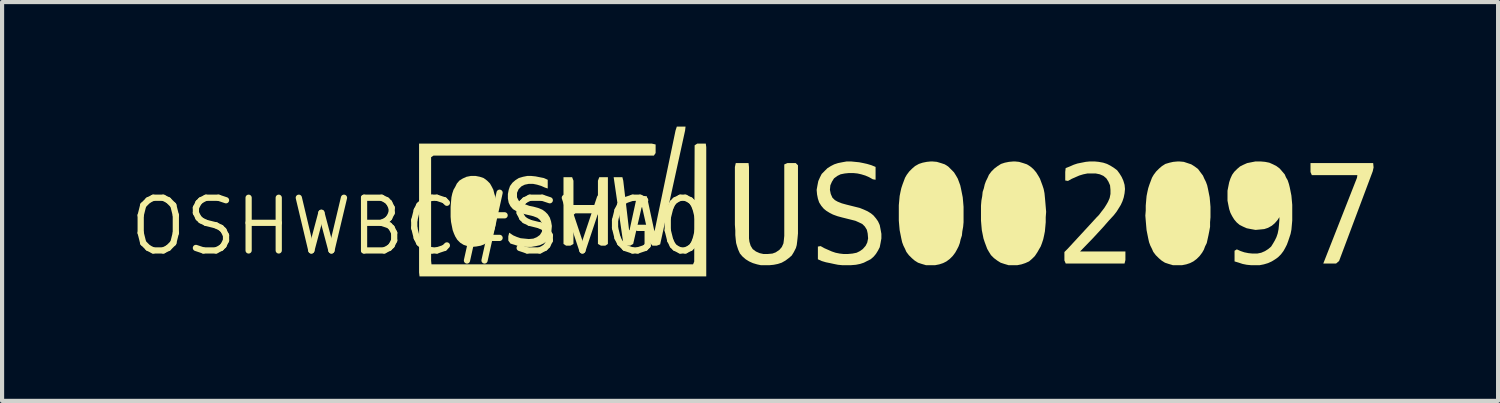
<source format=kicad_pcb>
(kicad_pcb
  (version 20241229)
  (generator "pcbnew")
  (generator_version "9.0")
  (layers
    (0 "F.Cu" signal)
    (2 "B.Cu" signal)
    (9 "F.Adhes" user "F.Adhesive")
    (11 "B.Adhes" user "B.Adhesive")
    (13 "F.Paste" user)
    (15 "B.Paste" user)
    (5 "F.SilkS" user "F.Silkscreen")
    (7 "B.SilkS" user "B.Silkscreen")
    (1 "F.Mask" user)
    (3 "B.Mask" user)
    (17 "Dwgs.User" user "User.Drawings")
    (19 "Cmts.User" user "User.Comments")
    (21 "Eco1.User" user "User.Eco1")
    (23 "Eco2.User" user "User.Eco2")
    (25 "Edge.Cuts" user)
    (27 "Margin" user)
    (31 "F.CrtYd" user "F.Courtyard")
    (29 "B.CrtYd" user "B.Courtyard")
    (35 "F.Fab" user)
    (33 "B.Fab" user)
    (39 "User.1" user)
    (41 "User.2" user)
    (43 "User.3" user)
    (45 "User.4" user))
  (footprint "OSHWBC#SVG0"
    (layer "F.Cu")
    (at 7.053 2.405)
    (property "Reference" "OSHWBC#SVG0" (at 0 0 0) (layer "F.SilkS") (effects (font (size 1.27 1.27) (thickness 0.15))))
    (fp_poly (pts (xy 22.995 -1.42) (xy 22.975 -1.329) (xy 22.164 0.833) (xy 22.092 0.895) (xy 21.783 0.895) (xy 22.595 -1.171) (xy 22.604 -1.235) (xy 21.507 -1.235) (xy 21.475 -1.309) (xy 21.475 -1.525) (xy 22.985 -1.525)) (stroke (width 0) (type solid)) (fill yes) (layer "F.SilkS"))
    (fp_poly (pts (xy 12.483 -0.484) (xy 12.545 -0.402) (xy 12.555 -0.3) (xy 12.524 -0.197) (xy 12.453 -0.126) (xy 12.35 -0.095) (xy 12.248 -0.115) (xy 12.166 -0.167) (xy 12.125 -0.259) (xy 12.115 -0.32) (xy 12.135 -0.422) (xy 12.207 -0.494) (xy 12.289 -0.535) (xy 12.391 -0.535)) (stroke (width 0) (type solid)) (fill yes) (layer "F.SilkS"))
    (fp_poly (pts (xy 14.463 -0.484) (xy 14.525 -0.402) (xy 14.535 -0.3) (xy 14.504 -0.197) (xy 14.433 -0.126) (xy 14.34 -0.095) (xy 14.238 -0.115) (xy 14.146 -0.166) (xy 14.105 -0.259) (xy 14.095 -0.32) (xy 14.115 -0.422) (xy 14.187 -0.494) (xy 14.279 -0.535) (xy 14.381 -0.535)) (stroke (width 0) (type solid)) (fill yes) (layer "F.SilkS"))
    (fp_poly (pts (xy 18.434 -0.484) (xy 18.485 -0.402) (xy 18.505 -0.3) (xy 18.474 -0.207) (xy 18.393 -0.126) (xy 18.3 -0.095) (xy 18.198 -0.115) (xy 18.116 -0.167) (xy 18.075 -0.259) (xy 18.065 -0.32) (xy 18.085 -0.422) (xy 18.147 -0.494) (xy 18.239 -0.535) (xy 18.341 -0.535)) (stroke (width 0) (type solid)) (fill yes) (layer "F.SilkS"))
    (fp_poly (pts (xy 5.695 -1.974) (xy 5.695 -1.768) (xy 5.653 -1.705) (xy 0.342 -1.705) (xy 0.285 -1.667) (xy 0.285 0.83) (xy 0.294 0.915) (xy 6.597 0.915) (xy 6.625 0.849) (xy 6.635 -1.953) (xy 6.698 -1.995) (xy 6.904 -1.995) (xy 6.915 -1.91) (xy 6.915 1.205) (xy 0.006 1.205) (xy -0.005 1.11) (xy -0.005 -1.995) (xy 5.601 -1.995)) (stroke (width 0) (type solid)) (fill yes) (layer "F.SilkS"))
    (fp_poly (pts (xy 3.715 -1.101) (xy 3.715 -0.515) (xy 4.305 -0.515) (xy 4.305 -1.101) (xy 4.337 -1.185) (xy 4.545 -1.185) (xy 4.545 0.423) (xy 4.482 0.465) (xy 4.379 0.465) (xy 4.305 0.423) (xy 4.305 -0.278) (xy 4.258 -0.315) (xy 3.762 -0.315) (xy 3.715 -0.278) (xy 3.715 0.423) (xy 3.641 0.465) (xy 3.538 0.465) (xy 3.475 0.423) (xy 3.475 -1.185) (xy 3.683 -1.185)) (stroke (width 0) (type solid)) (fill yes) (layer "F.SilkS"))
    (fp_poly (pts (xy 6.405 -2.309) (xy 5.804 0.434) (xy 5.721 0.465) (xy 5.618 0.465) (xy 5.565 0.402) (xy 5.368 -0.468) (xy 5.355 -0.448) (xy 5.154 0.423) (xy 5.081 0.465) (xy 4.978 0.465) (xy 4.915 0.402) (xy 4.684 -1.185) (xy 4.894 -1.185) (xy 4.915 -1.101) (xy 5.055 0.087) (xy 5.066 0.093) (xy 5.235 -0.682) (xy 5.288 -0.735) (xy 5.39 -0.735) (xy 5.484 -0.725) (xy 5.655 0.069) (xy 5.669 0.119) (xy 6.175 -2.311) (xy 6.206 -2.405) (xy 6.416 -2.405)) (stroke (width 0) (type solid)) (fill yes) (layer "F.SilkS"))
    (fp_poly (pts (xy 1.461 -1.195) (xy 1.552 -1.164) (xy 1.633 -1.104) (xy 1.704 -1.033) (xy 1.744 -0.962) (xy 1.785 -0.882) (xy 1.805 -0.801) (xy 1.835 -0.701) (xy 1.845 -0.6) (xy 1.855 -0.49) (xy 1.855 -0.26) (xy 1.845 -0.14) (xy 1.835 -0.029) (xy 1.815 0.061) (xy 1.785 0.152) (xy 1.755 0.232) (xy 1.714 0.303) (xy 1.643 0.374) (xy 1.562 0.434) (xy 1.481 0.465) (xy 1.371 0.485) (xy 1.26 0.495) (xy 1.159 0.475) (xy 1.068 0.445) (xy 0.987 0.394) (xy 0.916 0.323) (xy 0.866 0.242) (xy 0.835 0.172) (xy 0.805 0.091) (xy 0.785 -0.009) (xy 0.765 -0.109) (xy 0.755 -0.23) (xy 0.755 -0.47) (xy 0.765 -0.59) (xy 0.775 -0.701) (xy 0.795 -0.791) (xy 0.825 -0.882) (xy 0.866 -0.952) (xy 0.906 -1.033) (xy 0.967 -1.104) (xy 1.048 -1.154) (xy 1.138 -1.195) (xy 1.24 -1.215) (xy 1.355 -1.215) (xy 1.355 -1.211) (xy 1.356 -1.216)) (stroke (width 0) (type solid)) (fill yes) (layer "F.SilkS"))
    (fp_poly (pts (xy 7.945 -1.43) (xy 7.945 0.29) (xy 7.955 0.369) (xy 7.985 0.468) (xy 8.034 0.547) (xy 8.113 0.606) (xy 8.202 0.645) (xy 8.291 0.665) (xy 8.4 0.665) (xy 8.509 0.655) (xy 8.588 0.626) (xy 8.677 0.566) (xy 8.736 0.497) (xy 8.775 0.409) (xy 8.785 0.329) (xy 8.795 0.23) (xy 8.795 -1.493) (xy 8.869 -1.525) (xy 9.072 -1.525) (xy 9.125 -1.472) (xy 9.125 0.17) (xy 9.115 0.281) (xy 9.105 0.371) (xy 9.095 0.451) (xy 9.075 0.522) (xy 9.024 0.622) (xy 8.974 0.703) (xy 8.903 0.764) (xy 8.823 0.824) (xy 8.732 0.875) (xy 8.641 0.905) (xy 8.541 0.925) (xy 8.44 0.935) (xy 8.229 0.935) (xy 8.139 0.915) (xy 8.038 0.885) (xy 7.948 0.844) (xy 7.867 0.794) (xy 7.786 0.724) (xy 7.726 0.653) (xy 7.685 0.562) (xy 7.655 0.471) (xy 7.635 0.401) (xy 7.625 0.311) (xy 7.615 0.21) (xy 7.615 0.1) (xy 7.605 -0.04) (xy 7.605 -1.431) (xy 7.626 -1.525) (xy 7.934 -1.525)) (stroke (width 0) (type solid)) (fill yes) (layer "F.SilkS"))
    (fp_poly (pts (xy 16.371 -1.555) (xy 16.481 -1.535) (xy 16.572 -1.505) (xy 16.652 -1.464) (xy 16.733 -1.414) (xy 16.814 -1.354) (xy 16.874 -1.273) (xy 16.924 -1.192) (xy 16.965 -1.102) (xy 16.995 -1.001) (xy 17.005 -0.9) (xy 16.995 -0.799) (xy 16.975 -0.699) (xy 16.945 -0.608) (xy 16.904 -0.518) (xy 16.854 -0.437) (xy 16.804 -0.357) (xy 16.734 -0.267) (xy 16.614 -0.137) (xy 16.474 0.023) (xy 16.234 0.283) (xy 15.922 0.605) (xy 17.015 0.605) (xy 17.015 0.811) (xy 16.994 0.895) (xy 15.577 0.895) (xy 15.545 0.821) (xy 15.545 0.618) (xy 15.626 0.537) (xy 16.106 0.017) (xy 16.326 -0.223) (xy 16.376 -0.273) (xy 16.436 -0.353) (xy 16.506 -0.443) (xy 16.556 -0.523) (xy 16.596 -0.592) (xy 16.635 -0.682) (xy 16.655 -0.78) (xy 16.655 -0.88) (xy 16.645 -0.989) (xy 16.606 -1.078) (xy 16.556 -1.157) (xy 16.487 -1.216) (xy 16.398 -1.255) (xy 16.3 -1.275) (xy 16.1 -1.275) (xy 16.001 -1.255) (xy 15.902 -1.225) (xy 15.722 -1.146) (xy 15.631 -1.095) (xy 15.565 -1.106) (xy 15.565 -1.31) (xy 15.575 -1.404) (xy 15.678 -1.445) (xy 15.768 -1.485) (xy 15.859 -1.515) (xy 16.059 -1.555) (xy 16.16 -1.565) (xy 16.27 -1.565)) (stroke (width 0) (type solid)) (fill yes) (layer "F.SilkS"))
    (fp_poly (pts (xy 12.471 -1.555) (xy 12.572 -1.525) (xy 12.662 -1.495) (xy 12.743 -1.444) (xy 12.814 -1.374) (xy 12.884 -1.303) (xy 12.934 -1.223) (xy 12.975 -1.152) (xy 13.005 -1.072) (xy 13.035 -0.991) (xy 13.055 -0.901) (xy 13.075 -0.801) (xy 13.095 -0.701) (xy 13.105 -0.59) (xy 13.115 -0.47) (xy 13.115 -0.1) (xy 13.105 0.011) (xy 13.085 0.121) (xy 13.075 0.221) (xy 13.045 0.311) (xy 13.025 0.401) (xy 12.995 0.482) (xy 12.954 0.562) (xy 12.914 0.633) (xy 12.854 0.713) (xy 12.783 0.784) (xy 12.703 0.844) (xy 12.622 0.885) (xy 12.531 0.915) (xy 12.43 0.935) (xy 12.214 0.935) (xy 12.214 0.936) (xy 12.209 0.935) (xy 12.204 0.935) (xy 12.204 0.933) (xy 12.108 0.905) (xy 12.018 0.875) (xy 11.937 0.824) (xy 11.867 0.764) (xy 11.796 0.693) (xy 11.736 0.613) (xy 11.705 0.542) (xy 11.665 0.462) (xy 11.635 0.381) (xy 11.615 0.291) (xy 11.595 0.191) (xy 11.575 0.091) (xy 11.565 -0.02) (xy 11.555 -0.14) (xy 11.555 -0.51) (xy 11.565 -0.62) (xy 11.575 -0.731) (xy 11.595 -0.831) (xy 11.615 -0.921) (xy 11.645 -1.012) (xy 11.675 -1.092) (xy 11.705 -1.172) (xy 11.746 -1.243) (xy 11.806 -1.323) (xy 11.877 -1.394) (xy 11.947 -1.454) (xy 12.038 -1.505) (xy 12.129 -1.535) (xy 12.229 -1.555) (xy 12.33 -1.565) (xy 12.36 -1.565)) (stroke (width 0) (type solid)) (fill yes) (layer "F.SilkS"))
    (fp_poly (pts (xy 14.451 -1.555) (xy 14.552 -1.525) (xy 14.642 -1.495) (xy 14.723 -1.444) (xy 14.794 -1.384) (xy 14.864 -1.303) (xy 14.914 -1.223) (xy 14.955 -1.152) (xy 14.985 -1.072) (xy 15.015 -0.992) (xy 15.045 -0.901) (xy 15.065 -0.801) (xy 15.075 -0.7) (xy 15.085 -0.59) (xy 15.095 -0.47) (xy 15.105 -0.35) (xy 15.095 -0.22) (xy 15.095 -0.1) (xy 15.085 0.01) (xy 15.075 0.121) (xy 15.055 0.221) (xy 15.035 0.311) (xy 15.005 0.402) (xy 14.975 0.482) (xy 14.934 0.552) (xy 14.894 0.623) (xy 14.834 0.713) (xy 14.763 0.784) (xy 14.693 0.844) (xy 14.602 0.885) (xy 14.511 0.915) (xy 14.41 0.935) (xy 14.204 0.935) (xy 14.204 0.936) (xy 14.199 0.935) (xy 14.194 0.935) (xy 14.194 0.933) (xy 14.098 0.905) (xy 14.008 0.875) (xy 13.927 0.824) (xy 13.847 0.764) (xy 13.776 0.693) (xy 13.726 0.613) (xy 13.685 0.542) (xy 13.655 0.462) (xy 13.625 0.382) (xy 13.595 0.291) (xy 13.575 0.191) (xy 13.555 0.091) (xy 13.545 -0.02) (xy 13.535 -0.14) (xy 13.535 -0.5) (xy 13.545 -0.621) (xy 13.565 -0.731) (xy 13.575 -0.831) (xy 13.605 -0.921) (xy 13.625 -1.011) (xy 13.655 -1.092) (xy 13.695 -1.172) (xy 13.726 -1.243) (xy 13.786 -1.323) (xy 13.857 -1.394) (xy 13.937 -1.454) (xy 14.018 -1.505) (xy 14.109 -1.535) (xy 14.209 -1.555) (xy 14.32 -1.565) (xy 14.35 -1.565)) (stroke (width 0) (type solid)) (fill yes) (layer "F.SilkS"))
    (fp_poly (pts (xy 18.421 -1.555) (xy 18.512 -1.525) (xy 18.602 -1.495) (xy 18.683 -1.444) (xy 18.764 -1.384) (xy 18.824 -1.303) (xy 18.884 -1.223) (xy 18.915 -1.152) (xy 18.955 -1.072) (xy 18.985 -0.991) (xy 19.005 -0.901) (xy 19.025 -0.801) (xy 19.045 -0.701) (xy 19.055 -0.59) (xy 19.065 -0.47) (xy 19.065 -0.22) (xy 19.055 -0.1) (xy 19.055 0.01) (xy 19.035 0.121) (xy 19.015 0.221) (xy 18.995 0.311) (xy 18.975 0.402) (xy 18.935 0.482) (xy 18.905 0.562) (xy 18.864 0.633) (xy 18.804 0.713) (xy 18.733 0.784) (xy 18.653 0.844) (xy 18.572 0.885) (xy 18.481 0.915) (xy 18.38 0.935) (xy 18.164 0.935) (xy 18.164 0.936) (xy 18.159 0.935) (xy 18.154 0.935) (xy 18.154 0.933) (xy 18.058 0.905) (xy 17.968 0.875) (xy 17.887 0.824) (xy 17.817 0.764) (xy 17.746 0.693) (xy 17.686 0.613) (xy 17.655 0.542) (xy 17.615 0.462) (xy 17.585 0.381) (xy 17.565 0.291) (xy 17.545 0.191) (xy 17.525 0.091) (xy 17.515 -0.02) (xy 17.505 -0.14) (xy 17.495 -0.26) (xy 17.505 -0.38) (xy 17.505 -0.5) (xy 17.515 -0.62) (xy 17.525 -0.731) (xy 17.545 -0.831) (xy 17.565 -0.921) (xy 17.595 -1.012) (xy 17.625 -1.092) (xy 17.655 -1.172) (xy 17.696 -1.243) (xy 17.756 -1.323) (xy 17.827 -1.394) (xy 17.897 -1.454) (xy 17.978 -1.505) (xy 18.079 -1.535) (xy 18.169 -1.555) (xy 18.28 -1.565) (xy 18.31 -1.565)) (stroke (width 0) (type solid)) (fill yes) (layer "F.SilkS"))
    (fp_poly (pts (xy 2.801 -1.205) (xy 2.901 -1.185) (xy 3.002 -1.165) (xy 3.095 -1.123) (xy 3.095 -0.913) (xy 3.028 -0.935) (xy 2.938 -0.975) (xy 2.839 -1.005) (xy 2.74 -1.025) (xy 2.64 -1.025) (xy 2.542 -1.005) (xy 2.463 -0.966) (xy 2.394 -0.897) (xy 2.355 -0.809) (xy 2.355 -0.701) (xy 2.394 -0.623) (xy 2.453 -0.564) (xy 2.542 -0.535) (xy 2.651 -0.495) (xy 2.751 -0.475) (xy 2.862 -0.445) (xy 2.962 -0.404) (xy 3.033 -0.354) (xy 3.094 -0.293) (xy 3.145 -0.212) (xy 3.175 -0.121) (xy 3.195 -0.01) (xy 3.185 0.101) (xy 3.165 0.202) (xy 3.124 0.293) (xy 3.063 0.364) (xy 2.992 0.414) (xy 2.902 0.455) (xy 2.811 0.475) (xy 2.7 0.495) (xy 2.59 0.495) (xy 2.49 0.485) (xy 2.389 0.475) (xy 2.299 0.445) (xy 2.197 0.414) (xy 2.145 0.342) (xy 2.145 0.239) (xy 2.167 0.152) (xy 2.262 0.216) (xy 2.352 0.255) (xy 2.441 0.285) (xy 2.64 0.305) (xy 2.749 0.295) (xy 2.838 0.256) (xy 2.906 0.207) (xy 2.955 0.128) (xy 2.965 0.02) (xy 2.955 -0.078) (xy 2.906 -0.157) (xy 2.847 -0.206) (xy 2.748 -0.245) (xy 2.539 -0.295) (xy 2.428 -0.325) (xy 2.338 -0.366) (xy 2.257 -0.416) (xy 2.196 -0.487) (xy 2.155 -0.568) (xy 2.135 -0.67) (xy 2.135 -0.78) (xy 2.155 -0.881) (xy 2.186 -0.972) (xy 2.246 -1.053) (xy 2.317 -1.114) (xy 2.398 -1.165) (xy 2.499 -1.195) (xy 2.6 -1.215) (xy 2.7 -1.215)) (stroke (width 0) (type solid)) (fill yes) (layer "F.SilkS"))
    (fp_poly (pts (xy 20.381 -1.555) (xy 20.482 -1.535) (xy 20.572 -1.495) (xy 20.653 -1.454) (xy 20.733 -1.394) (xy 20.794 -1.323) (xy 20.854 -1.253) (xy 20.884 -1.182) (xy 20.925 -1.112) (xy 20.955 -1.021) (xy 20.975 -0.941) (xy 20.995 -0.841) (xy 21.015 -0.741) (xy 21.025 -0.63) (xy 21.035 -0.52) (xy 21.035 -0.14) (xy 21.025 -0.03) (xy 21.015 0.081) (xy 20.995 0.181) (xy 20.965 0.272) (xy 20.935 0.362) (xy 20.905 0.442) (xy 20.864 0.522) (xy 20.824 0.593) (xy 20.764 0.673) (xy 20.693 0.744) (xy 20.623 0.794) (xy 20.542 0.844) (xy 20.452 0.885) (xy 20.351 0.915) (xy 20.25 0.935) (xy 20.04 0.935) (xy 19.939 0.925) (xy 19.839 0.905) (xy 19.749 0.875) (xy 19.645 0.844) (xy 19.645 0.587) (xy 19.7 0.554) (xy 19.792 0.595) (xy 19.881 0.625) (xy 19.981 0.645) (xy 20.08 0.655) (xy 20.19 0.655) (xy 20.288 0.635) (xy 20.378 0.596) (xy 20.457 0.546) (xy 20.526 0.487) (xy 20.576 0.407) (xy 20.616 0.338) (xy 20.655 0.258) (xy 20.685 0.169) (xy 20.705 0.069) (xy 20.715 -0.03) (xy 20.725 -0.15) (xy 20.725 -0.223) (xy 20.684 -0.157) (xy 20.614 -0.076) (xy 20.543 -0.016) (xy 20.452 0.035) (xy 20.361 0.065) (xy 20.26 0.075) (xy 20.15 0.085) (xy 20.039 0.065) (xy 19.938 0.045) (xy 19.848 0.005) (xy 19.767 -0.036) (xy 19.696 -0.096) (xy 19.636 -0.167) (xy 19.586 -0.248) (xy 19.545 -0.328) (xy 19.515 -0.419) (xy 19.495 -0.519) (xy 19.475 -0.62) (xy 19.475 -0.86) (xy 19.495 -0.961) (xy 19.515 -1.061) (xy 19.545 -1.152) (xy 19.586 -1.242) (xy 19.636 -1.313) (xy 19.707 -1.384) (xy 19.777 -1.444) (xy 19.858 -1.485) (xy 19.948 -1.525) (xy 20.049 -1.545) (xy 20.15 -1.565) (xy 20.27 -1.565)) (stroke (width 0) (type solid)) (fill yes) (layer "F.SilkS"))
    (fp_poly (pts (xy 10.5 -1.555) (xy 10.601 -1.545) (xy 10.701 -1.525) (xy 10.791 -1.505) (xy 10.892 -1.475) (xy 10.995 -1.433) (xy 10.995 -1.124) (xy 10.928 -1.135) (xy 10.838 -1.186) (xy 10.748 -1.225) (xy 10.649 -1.255) (xy 10.559 -1.275) (xy 10.46 -1.285) (xy 10.35 -1.285) (xy 10.251 -1.275) (xy 10.152 -1.255) (xy 10.073 -1.216) (xy 9.994 -1.157) (xy 9.944 -1.078) (xy 9.905 -0.989) (xy 9.895 -0.88) (xy 9.915 -0.782) (xy 9.954 -0.693) (xy 10.013 -0.634) (xy 10.082 -0.595) (xy 10.182 -0.555) (xy 10.291 -0.525) (xy 10.491 -0.475) (xy 10.612 -0.445) (xy 10.712 -0.405) (xy 10.802 -0.364) (xy 10.883 -0.314) (xy 10.944 -0.264) (xy 11.004 -0.193) (xy 11.054 -0.122) (xy 11.095 -0.032) (xy 11.115 0.069) (xy 11.135 0.18) (xy 11.135 0.29) (xy 11.115 0.401) (xy 11.095 0.502) (xy 11.054 0.582) (xy 11.004 0.663) (xy 10.944 0.734) (xy 10.873 0.794) (xy 10.792 0.834) (xy 10.712 0.875) (xy 10.621 0.905) (xy 10.521 0.925) (xy 10.4 0.935) (xy 10.19 0.935) (xy 10.089 0.925) (xy 9.989 0.905) (xy 9.899 0.885) (xy 9.799 0.865) (xy 9.698 0.835) (xy 9.605 0.793) (xy 9.605 0.486) (xy 9.671 0.475) (xy 9.762 0.526) (xy 9.942 0.605) (xy 10.031 0.635) (xy 10.131 0.655) (xy 10.22 0.665) (xy 10.33 0.665) (xy 10.439 0.655) (xy 10.538 0.635) (xy 10.617 0.596) (xy 10.687 0.546) (xy 10.756 0.467) (xy 10.795 0.388) (xy 10.815 0.29) (xy 10.805 0.171) (xy 10.785 0.082) (xy 10.736 0.003) (xy 10.677 -0.056) (xy 10.598 -0.095) (xy 10.508 -0.135) (xy 10.389 -0.165) (xy 10.189 -0.215) (xy 10.078 -0.245) (xy 9.968 -0.285) (xy 9.888 -0.326) (xy 9.807 -0.376) (xy 9.746 -0.426) (xy 9.686 -0.497) (xy 9.635 -0.578) (xy 9.605 -0.669) (xy 9.585 -0.769) (xy 9.575 -0.88) (xy 9.595 -0.991) (xy 9.615 -1.092) (xy 9.655 -1.182) (xy 9.696 -1.263) (xy 9.766 -1.334) (xy 9.837 -1.404) (xy 9.918 -1.454) (xy 9.998 -1.495) (xy 10.089 -1.525) (xy 10.189 -1.545) (xy 10.3 -1.565) (xy 10.4 -1.565)) (stroke (width 0) (type solid)) (fill yes) (layer "F.SilkS")))
  (gr_rect
    (start -3 -3)
    (end 33.048 6.61)
    (stroke (width 0.1) (type default))
    (fill no)
    (layer "Edge.Cuts")))
</source>
